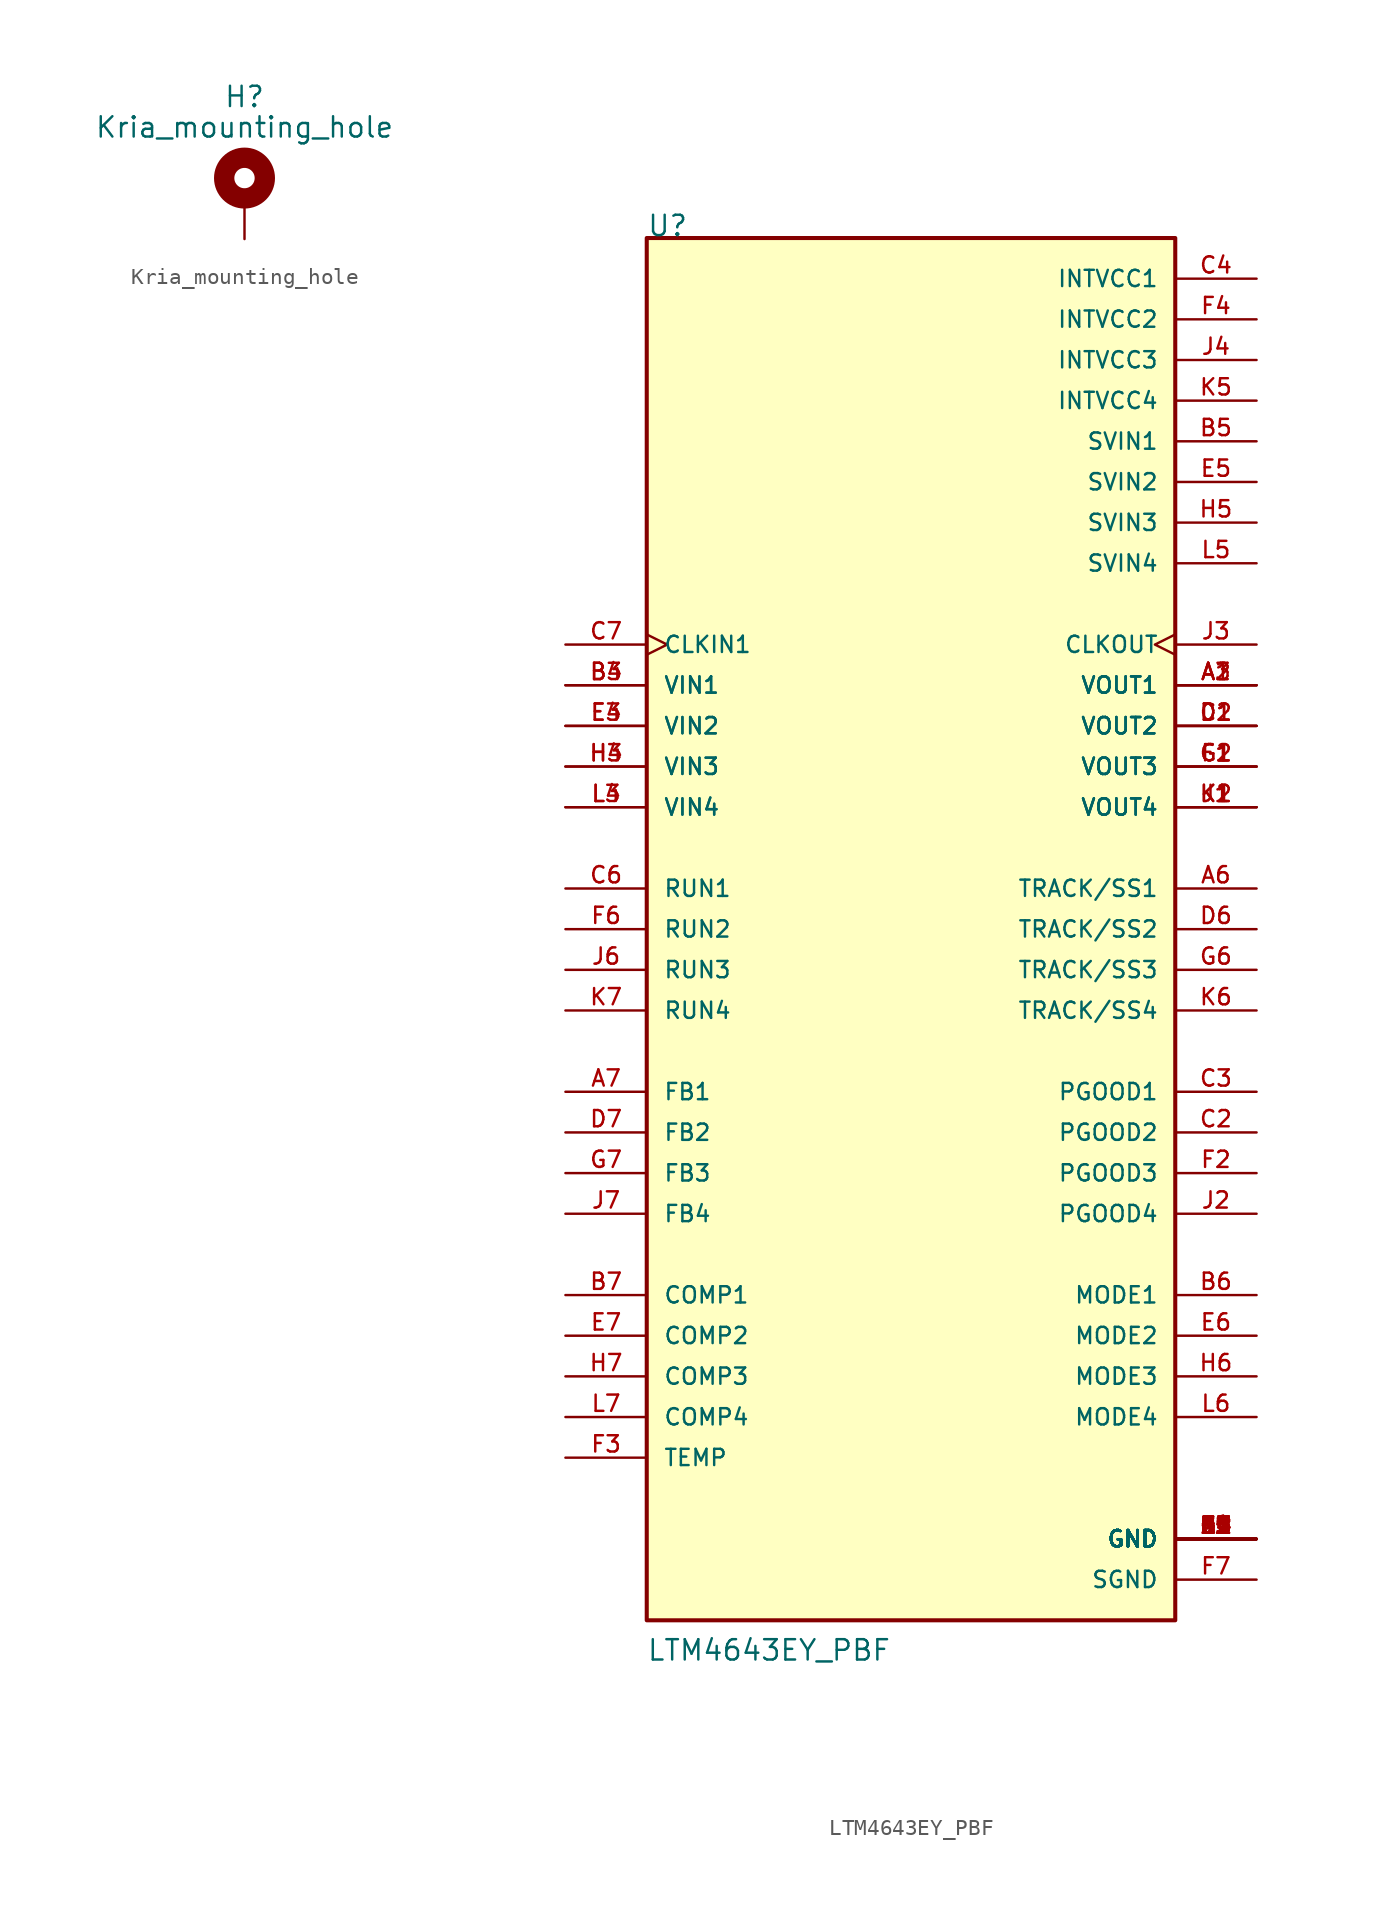
<source format=kicad_sym>
(kicad_symbol_lib
  (version 20231120)
  (generator "kicad_symbol_editor")
  (generator_version "8.0")
  (symbol "Kria_mounting_hole"
    (pin_numbers hide)
    (pin_names
      (offset 1.016) hide)
    (property "Reference" "H"
      (at 0 6.35 0)
      (effects (font (size 1.27 1.27))))
    (property "Value" "Kria_mounting_hole"
      (at 0 4.445 0)
      (effects (font (size 1.27 1.27))))
    (symbol "Kria_mounting_hole_0_1"
      (circle (center 0 1.27) (radius 1.27) (stroke (width 1.27) (type default)) (fill (type none))))
    (symbol "Kria_mounting_hole_1_1"
      (pin input line (at 0 -2.54 90) (length 2.54) (name "1" (effects (font (size 1.27 1.27)))) (number "1" (effects (font (size 1.27 1.27)))))))
  (symbol "LTM4643EY_PBF"
    (pin_names
      (offset 1.016))
    (property "Reference" "U"
      (at -15.248 43.202 0)
      (effects (font (size 1.27 1.27)) (justify left bottom)))
    (property "Value" "LTM4643EY_PBF"
      (at -15.264 -45.792 0)
      (effects (font (size 1.27 1.27)) (justify left bottom)))
    (symbol "LTM4643EY_PBF_0_0"
      (rectangle (start -15.24 -43.18) (end 17.78 43.18) (stroke (width 0.254) (type default)) (fill (type background)))
      (pin output line (at 22.86 15.24 180) (length 5.08) (name "VOUT1" (effects (font (size 1.016 1.016)))) (number "A1" (effects (font (size 1.016 1.016)))))
      (pin output line (at 22.86 15.24 180) (length 5.08) (name "VOUT1" (effects (font (size 1.016 1.016)))) (number "A2" (effects (font (size 1.016 1.016)))))
      (pin output line (at 22.86 15.24 180) (length 5.08) (name "VOUT1" (effects (font (size 1.016 1.016)))) (number "A3" (effects (font (size 1.016 1.016)))))
      (pin power_in line (at 22.86 -38.1 180) (length 5.08) (name "GND" (effects (font (size 1.016 1.016)))) (number "A4" (effects (font (size 1.016 1.016)))))
      (pin power_in line (at 22.86 -38.1 180) (length 5.08) (name "GND" (effects (font (size 1.016 1.016)))) (number "A5" (effects (font (size 1.016 1.016)))))
      (pin output line (at 22.86 2.54 180) (length 5.08) (name "TRACK/SS1" (effects (font (size 1.016 1.016)))) (number "A6" (effects (font (size 1.016 1.016)))))
      (pin input line (at -20.32 -10.16 0) (length 5.08) (name "FB1" (effects (font (size 1.016 1.016)))) (number "A7" (effects (font (size 1.016 1.016)))))
      (pin power_in line (at 22.86 -38.1 180) (length 5.08) (name "GND" (effects (font (size 1.016 1.016)))) (number "B1" (effects (font (size 1.016 1.016)))))
      (pin power_in line (at 22.86 -38.1 180) (length 5.08) (name "GND" (effects (font (size 1.016 1.016)))) (number "B2" (effects (font (size 1.016 1.016)))))
      (pin input line (at -20.32 15.24 0) (length 5.08) (name "VIN1" (effects (font (size 1.016 1.016)))) (number "B3" (effects (font (size 1.016 1.016)))))
      (pin input line (at -20.32 15.24 0) (length 5.08) (name "VIN1" (effects (font (size 1.016 1.016)))) (number "B4" (effects (font (size 1.016 1.016)))))
      (pin power_in line (at 22.86 30.48 180) (length 5.08) (name "SVIN1" (effects (font (size 1.016 1.016)))) (number "B5" (effects (font (size 1.016 1.016)))))
      (pin passive line (at 22.86 -22.86 180) (length 5.08) (name "MODE1" (effects (font (size 1.016 1.016)))) (number "B6" (effects (font (size 1.016 1.016)))))
      (pin bidirectional line (at -20.32 -22.86 0) (length 5.08) (name "COMP1" (effects (font (size 1.016 1.016)))) (number "B7" (effects (font (size 1.016 1.016)))))
      (pin output line (at 22.86 12.7 180) (length 5.08) (name "VOUT2" (effects (font (size 1.016 1.016)))) (number "C1" (effects (font (size 1.016 1.016)))))
      (pin output line (at 22.86 -12.7 180) (length 5.08) (name "PGOOD2" (effects (font (size 1.016 1.016)))) (number "C2" (effects (font (size 1.016 1.016)))))
      (pin output line (at 22.86 -10.16 180) (length 5.08) (name "PGOOD1" (effects (font (size 1.016 1.016)))) (number "C3" (effects (font (size 1.016 1.016)))))
      (pin power_in line (at 22.86 40.64 180) (length 5.08) (name "INTVCC1" (effects (font (size 1.016 1.016)))) (number "C4" (effects (font (size 1.016 1.016)))))
      (pin power_in line (at 22.86 -38.1 180) (length 5.08) (name "GND" (effects (font (size 1.016 1.016)))) (number "C5" (effects (font (size 1.016 1.016)))))
      (pin input line (at -20.32 2.54 0) (length 5.08) (name "RUN1" (effects (font (size 1.016 1.016)))) (number "C6" (effects (font (size 1.016 1.016)))))
      (pin input clock (at -20.32 17.78 0) (length 5.08) (name "CLKIN1" (effects (font (size 1.016 1.016)))) (number "C7" (effects (font (size 1.016 1.016)))))
      (pin output line (at 22.86 12.7 180) (length 5.08) (name "VOUT2" (effects (font (size 1.016 1.016)))) (number "D1" (effects (font (size 1.016 1.016)))))
      (pin output line (at 22.86 12.7 180) (length 5.08) (name "VOUT2" (effects (font (size 1.016 1.016)))) (number "D2" (effects (font (size 1.016 1.016)))))
      (pin power_in line (at 22.86 -38.1 180) (length 5.08) (name "GND" (effects (font (size 1.016 1.016)))) (number "D3" (effects (font (size 1.016 1.016)))))
      (pin power_in line (at 22.86 -38.1 180) (length 5.08) (name "GND" (effects (font (size 1.016 1.016)))) (number "D4" (effects (font (size 1.016 1.016)))))
      (pin power_in line (at 22.86 -38.1 180) (length 5.08) (name "GND" (effects (font (size 1.016 1.016)))) (number "D5" (effects (font (size 1.016 1.016)))))
      (pin output line (at 22.86 0 180) (length 5.08) (name "TRACK/SS2" (effects (font (size 1.016 1.016)))) (number "D6" (effects (font (size 1.016 1.016)))))
      (pin input line (at -20.32 -12.7 0) (length 5.08) (name "FB2" (effects (font (size 1.016 1.016)))) (number "D7" (effects (font (size 1.016 1.016)))))
      (pin power_in line (at 22.86 -38.1 180) (length 5.08) (name "GND" (effects (font (size 1.016 1.016)))) (number "E1" (effects (font (size 1.016 1.016)))))
      (pin power_in line (at 22.86 -38.1 180) (length 5.08) (name "GND" (effects (font (size 1.016 1.016)))) (number "E2" (effects (font (size 1.016 1.016)))))
      (pin input line (at -20.32 12.7 0) (length 5.08) (name "VIN2" (effects (font (size 1.016 1.016)))) (number "E3" (effects (font (size 1.016 1.016)))))
      (pin input line (at -20.32 12.7 0) (length 5.08) (name "VIN2" (effects (font (size 1.016 1.016)))) (number "E4" (effects (font (size 1.016 1.016)))))
      (pin power_in line (at 22.86 27.94 180) (length 5.08) (name "SVIN2" (effects (font (size 1.016 1.016)))) (number "E5" (effects (font (size 1.016 1.016)))))
      (pin passive line (at 22.86 -25.4 180) (length 5.08) (name "MODE2" (effects (font (size 1.016 1.016)))) (number "E6" (effects (font (size 1.016 1.016)))))
      (pin bidirectional line (at -20.32 -25.4 0) (length 5.08) (name "COMP2" (effects (font (size 1.016 1.016)))) (number "E7" (effects (font (size 1.016 1.016)))))
      (pin output line (at 22.86 10.16 180) (length 5.08) (name "VOUT3" (effects (font (size 1.016 1.016)))) (number "F1" (effects (font (size 1.016 1.016)))))
      (pin output line (at 22.86 -15.24 180) (length 5.08) (name "PGOOD3" (effects (font (size 1.016 1.016)))) (number "F2" (effects (font (size 1.016 1.016)))))
      (pin bidirectional line (at -20.32 -33.02 0) (length 5.08) (name "TEMP" (effects (font (size 1.016 1.016)))) (number "F3" (effects (font (size 1.016 1.016)))))
      (pin power_in line (at 22.86 38.1 180) (length 5.08) (name "INTVCC2" (effects (font (size 1.016 1.016)))) (number "F4" (effects (font (size 1.016 1.016)))))
      (pin power_in line (at 22.86 -38.1 180) (length 5.08) (name "GND" (effects (font (size 1.016 1.016)))) (number "F5" (effects (font (size 1.016 1.016)))))
      (pin input line (at -20.32 0 0) (length 5.08) (name "RUN2" (effects (font (size 1.016 1.016)))) (number "F6" (effects (font (size 1.016 1.016)))))
      (pin power_in line (at 22.86 -40.64 180) (length 5.08) (name "SGND" (effects (font (size 1.016 1.016)))) (number "F7" (effects (font (size 1.016 1.016)))))
      (pin output line (at 22.86 10.16 180) (length 5.08) (name "VOUT3" (effects (font (size 1.016 1.016)))) (number "G1" (effects (font (size 1.016 1.016)))))
      (pin output line (at 22.86 10.16 180) (length 5.08) (name "VOUT3" (effects (font (size 1.016 1.016)))) (number "G2" (effects (font (size 1.016 1.016)))))
      (pin power_in line (at 22.86 -38.1 180) (length 5.08) (name "GND" (effects (font (size 1.016 1.016)))) (number "G3" (effects (font (size 1.016 1.016)))))
      (pin power_in line (at 22.86 -38.1 180) (length 5.08) (name "GND" (effects (font (size 1.016 1.016)))) (number "G4" (effects (font (size 1.016 1.016)))))
      (pin power_in line (at 22.86 -38.1 180) (length 5.08) (name "GND" (effects (font (size 1.016 1.016)))) (number "G5" (effects (font (size 1.016 1.016)))))
      (pin output line (at 22.86 -2.54 180) (length 5.08) (name "TRACK/SS3" (effects (font (size 1.016 1.016)))) (number "G6" (effects (font (size 1.016 1.016)))))
      (pin input line (at -20.32 -15.24 0) (length 5.08) (name "FB3" (effects (font (size 1.016 1.016)))) (number "G7" (effects (font (size 1.016 1.016)))))
      (pin power_in line (at 22.86 -38.1 180) (length 5.08) (name "GND" (effects (font (size 1.016 1.016)))) (number "H1" (effects (font (size 1.016 1.016)))))
      (pin power_in line (at 22.86 -38.1 180) (length 5.08) (name "GND" (effects (font (size 1.016 1.016)))) (number "H2" (effects (font (size 1.016 1.016)))))
      (pin input line (at -20.32 10.16 0) (length 5.08) (name "VIN3" (effects (font (size 1.016 1.016)))) (number "H3" (effects (font (size 1.016 1.016)))))
      (pin input line (at -20.32 10.16 0) (length 5.08) (name "VIN3" (effects (font (size 1.016 1.016)))) (number "H4" (effects (font (size 1.016 1.016)))))
      (pin power_in line (at 22.86 25.4 180) (length 5.08) (name "SVIN3" (effects (font (size 1.016 1.016)))) (number "H5" (effects (font (size 1.016 1.016)))))
      (pin passive line (at 22.86 -27.94 180) (length 5.08) (name "MODE3" (effects (font (size 1.016 1.016)))) (number "H6" (effects (font (size 1.016 1.016)))))
      (pin bidirectional line (at -20.32 -27.94 0) (length 5.08) (name "COMP3" (effects (font (size 1.016 1.016)))) (number "H7" (effects (font (size 1.016 1.016)))))
      (pin output line (at 22.86 7.62 180) (length 5.08) (name "VOUT4" (effects (font (size 1.016 1.016)))) (number "J1" (effects (font (size 1.016 1.016)))))
      (pin output line (at 22.86 -17.78 180) (length 5.08) (name "PGOOD4" (effects (font (size 1.016 1.016)))) (number "J2" (effects (font (size 1.016 1.016)))))
      (pin output clock (at 22.86 17.78 180) (length 5.08) (name "CLKOUT" (effects (font (size 1.016 1.016)))) (number "J3" (effects (font (size 1.016 1.016)))))
      (pin power_in line (at 22.86 35.56 180) (length 5.08) (name "INTVCC3" (effects (font (size 1.016 1.016)))) (number "J4" (effects (font (size 1.016 1.016)))))
      (pin power_in line (at 22.86 -38.1 180) (length 5.08) (name "GND" (effects (font (size 1.016 1.016)))) (number "J5" (effects (font (size 1.016 1.016)))))
      (pin input line (at -20.32 -2.54 0) (length 5.08) (name "RUN3" (effects (font (size 1.016 1.016)))) (number "J6" (effects (font (size 1.016 1.016)))))
      (pin input line (at -20.32 -17.78 0) (length 5.08) (name "FB4" (effects (font (size 1.016 1.016)))) (number "J7" (effects (font (size 1.016 1.016)))))
      (pin output line (at 22.86 7.62 180) (length 5.08) (name "VOUT4" (effects (font (size 1.016 1.016)))) (number "K1" (effects (font (size 1.016 1.016)))))
      (pin output line (at 22.86 7.62 180) (length 5.08) (name "VOUT4" (effects (font (size 1.016 1.016)))) (number "K2" (effects (font (size 1.016 1.016)))))
      (pin power_in line (at 22.86 -38.1 180) (length 5.08) (name "GND" (effects (font (size 1.016 1.016)))) (number "K3" (effects (font (size 1.016 1.016)))))
      (pin power_in line (at 22.86 -38.1 180) (length 5.08) (name "GND" (effects (font (size 1.016 1.016)))) (number "K4" (effects (font (size 1.016 1.016)))))
      (pin power_in line (at 22.86 33.02 180) (length 5.08) (name "INTVCC4" (effects (font (size 1.016 1.016)))) (number "K5" (effects (font (size 1.016 1.016)))))
      (pin output line (at 22.86 -5.08 180) (length 5.08) (name "TRACK/SS4" (effects (font (size 1.016 1.016)))) (number "K6" (effects (font (size 1.016 1.016)))))
      (pin input line (at -20.32 -5.08 0) (length 5.08) (name "RUN4" (effects (font (size 1.016 1.016)))) (number "K7" (effects (font (size 1.016 1.016)))))
      (pin power_in line (at 22.86 -38.1 180) (length 5.08) (name "GND" (effects (font (size 1.016 1.016)))) (number "L1" (effects (font (size 1.016 1.016)))))
      (pin power_in line (at 22.86 -38.1 180) (length 5.08) (name "GND" (effects (font (size 1.016 1.016)))) (number "L2" (effects (font (size 1.016 1.016)))))
      (pin input line (at -20.32 7.62 0) (length 5.08) (name "VIN4" (effects (font (size 1.016 1.016)))) (number "L3" (effects (font (size 1.016 1.016)))))
      (pin input line (at -20.32 7.62 0) (length 5.08) (name "VIN4" (effects (font (size 1.016 1.016)))) (number "L4" (effects (font (size 1.016 1.016)))))
      (pin power_in line (at 22.86 22.86 180) (length 5.08) (name "SVIN4" (effects (font (size 1.016 1.016)))) (number "L5" (effects (font (size 1.016 1.016)))))
      (pin passive line (at 22.86 -30.48 180) (length 5.08) (name "MODE4" (effects (font (size 1.016 1.016)))) (number "L6" (effects (font (size 1.016 1.016)))))
      (pin bidirectional line (at -20.32 -30.48 0) (length 5.08) (name "COMP4" (effects (font (size 1.016 1.016)))) (number "L7" (effects (font (size 1.016 1.016))))))))
</source>
